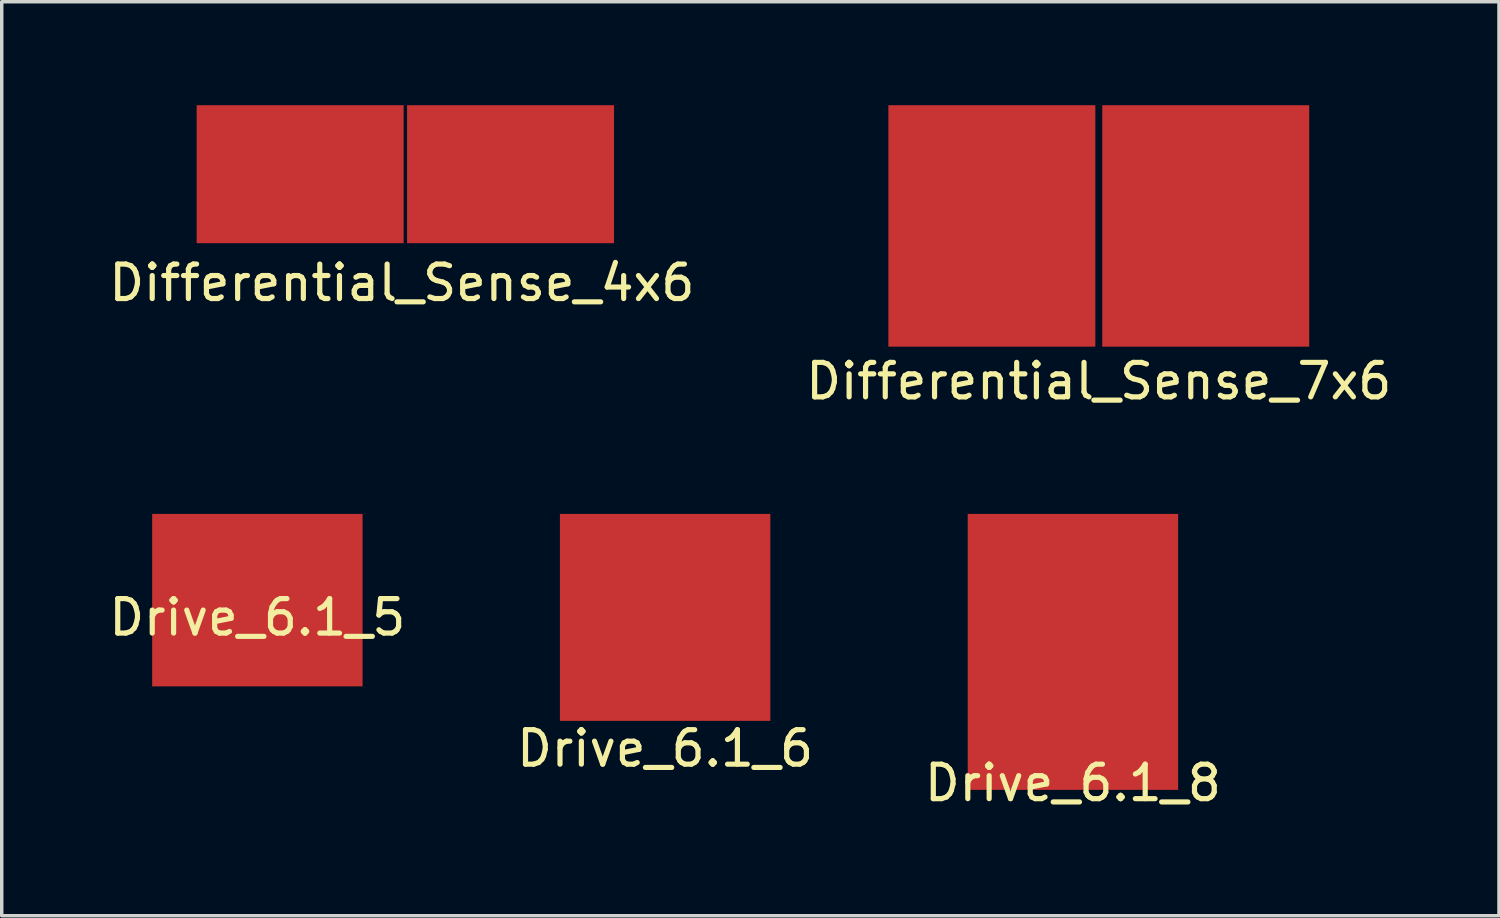
<source format=kicad_pcb>
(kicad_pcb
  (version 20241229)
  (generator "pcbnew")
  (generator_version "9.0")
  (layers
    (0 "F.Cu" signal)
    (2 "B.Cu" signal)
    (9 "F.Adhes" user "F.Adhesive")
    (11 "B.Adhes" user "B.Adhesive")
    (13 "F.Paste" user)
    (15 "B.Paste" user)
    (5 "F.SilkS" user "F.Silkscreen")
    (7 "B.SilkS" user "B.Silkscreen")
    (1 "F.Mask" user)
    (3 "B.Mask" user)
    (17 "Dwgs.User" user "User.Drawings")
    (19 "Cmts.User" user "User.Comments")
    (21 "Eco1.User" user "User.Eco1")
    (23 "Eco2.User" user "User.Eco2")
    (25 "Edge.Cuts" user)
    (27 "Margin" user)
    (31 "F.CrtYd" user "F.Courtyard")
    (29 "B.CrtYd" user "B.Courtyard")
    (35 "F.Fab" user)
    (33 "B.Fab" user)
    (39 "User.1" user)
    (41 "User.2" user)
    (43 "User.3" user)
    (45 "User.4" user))
  (footprint "Drive_6.1_8"
    (layer "F.Cu")
    (at 28.054 15.848)
    (property "Reference" "Drive_6.1_8" (at 0 3.8 0) (layer "F.SilkS") (effects (font (size 1 1) (thickness 0.15))))
    (attr through_hole)
    (pad "1" smd rect (at 0 0) (size 6.1 8) (layers "F.Cu")))
  (footprint "Differential_Sense_4x6"
    (layer "F.Cu")
    (at 8.701 2)
    (property "Reference" "Differential_Sense_4x6" (at -0.1 3.15 0) (layer "F.SilkS") (effects (font (size 1 1) (thickness 0.15))))
    (attr through_hole)
    (pad "1" smd rect (at -3.05 0) (size 6 4) (layers "F.Cu" "F.Mask" "F.Paste"))
    (pad "2" smd rect (at 3.05 0) (size 6 4) (layers "F.Cu" "F.Mask" "F.Paste")))
  (footprint "Drive_6.1_5"
    (layer "F.Cu")
    (at 4.411 14.348)
    (property "Reference" "Drive_6.1_5" (at 0 0.5 0) (layer "F.SilkS") (effects (font (size 1 1) (thickness 0.15))))
    (attr through_hole)
    (pad "1" smd rect (at 0 0) (size 6.1 5) (layers "F.Cu")))
  (footprint "Differential_Sense_7x6"
    (layer "F.Cu")
    (at 28.804 3.5)
    (property "Reference" "Differential_Sense_7x6" (at 0 4.5 0) (layer "F.SilkS") (effects (font (size 1 1) (thickness 0.15))))
    (attr through_hole)
    (pad "1" smd rect (at -3.1 0) (size 6 7) (layers "F.Cu"))
    (pad "2" smd rect (at 3.1 0) (size 6 7) (layers "F.Cu")))
  (footprint "Drive_6.1_6"
    (layer "F.Cu")
    (at 16.232 14.848)
    (property "Reference" "Drive_6.1_6" (at 0 3.8 0) (layer "F.SilkS") (effects (font (size 1 1) (thickness 0.15))))
    (attr through_hole)
    (pad "1" smd rect (at 0 0) (size 6.1 6) (layers "F.Cu")))
  (gr_rect
    (start -3 -3)
    (end 40.405 23.497)
    (stroke (width 0.1) (type default))
    (fill no)
    (layer "Edge.Cuts")))
</source>
